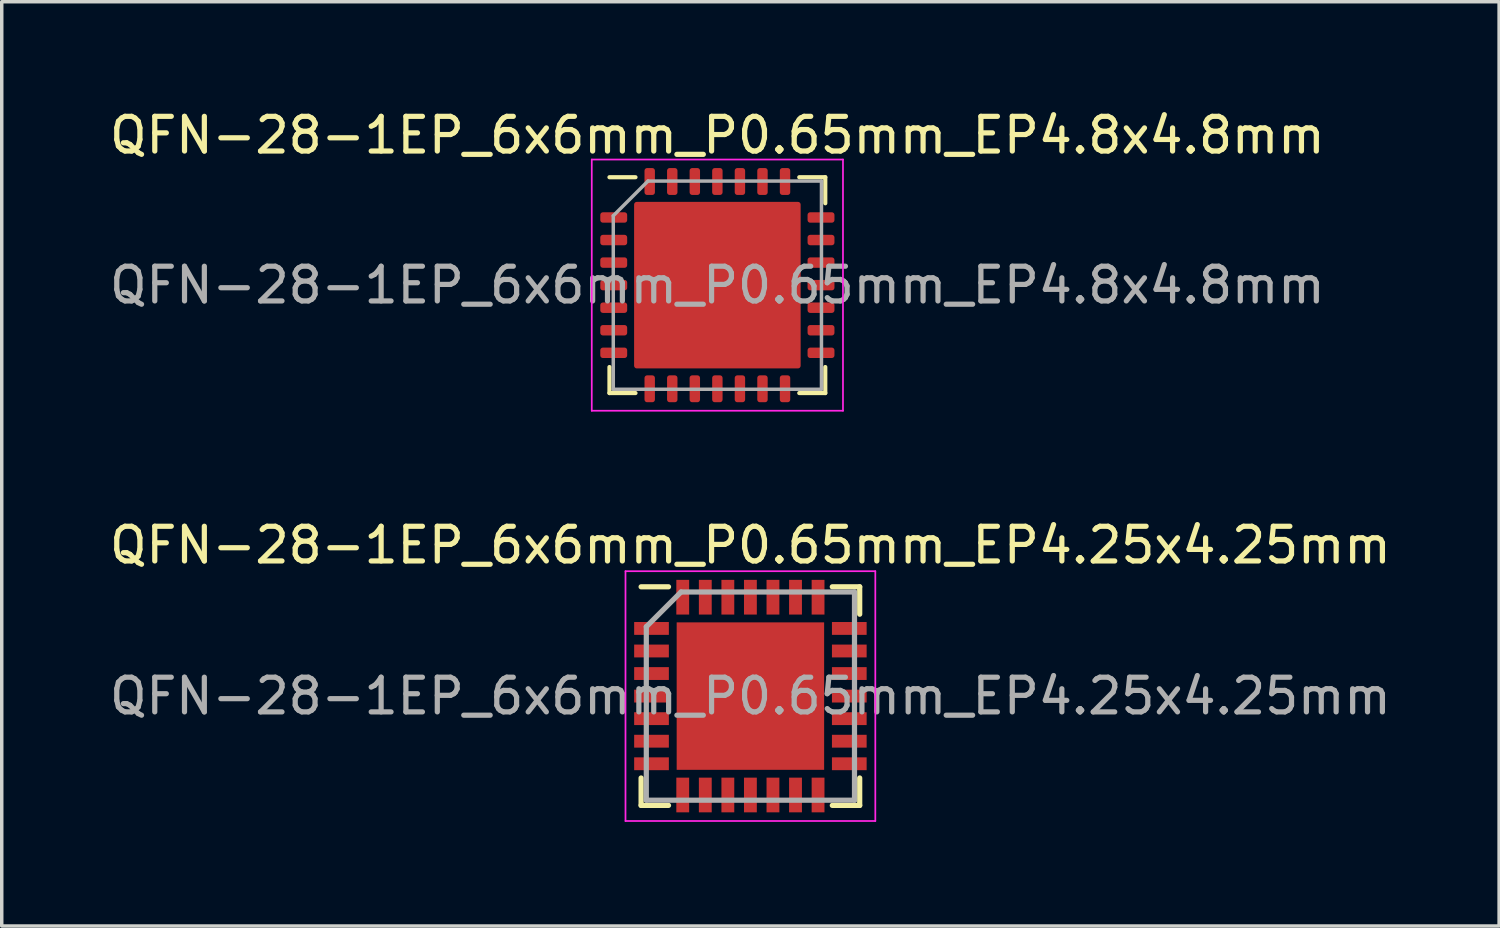
<source format=kicad_pcb>
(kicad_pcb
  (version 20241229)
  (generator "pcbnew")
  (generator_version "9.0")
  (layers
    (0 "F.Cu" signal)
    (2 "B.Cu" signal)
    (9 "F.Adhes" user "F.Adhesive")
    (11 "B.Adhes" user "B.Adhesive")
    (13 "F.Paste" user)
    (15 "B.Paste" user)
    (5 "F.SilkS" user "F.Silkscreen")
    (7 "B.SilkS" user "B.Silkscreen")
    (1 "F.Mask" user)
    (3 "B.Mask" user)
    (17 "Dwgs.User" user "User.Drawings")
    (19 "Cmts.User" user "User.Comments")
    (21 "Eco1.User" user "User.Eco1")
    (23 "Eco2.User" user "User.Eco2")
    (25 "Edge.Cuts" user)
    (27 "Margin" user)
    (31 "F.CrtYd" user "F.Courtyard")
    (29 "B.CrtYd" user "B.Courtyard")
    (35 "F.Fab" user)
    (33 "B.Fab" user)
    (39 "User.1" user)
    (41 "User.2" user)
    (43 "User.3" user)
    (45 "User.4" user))
  (footprint "QFN-28-1EP_6x6mm_P0.65mm_EP4.25x4.25mm"
    (layer "F.Cu")
    (at 18.577 17.012)
    (property "Reference" "QFN-28-1EP_6x6mm_P0.65mm_EP4.25x4.25mm" (at 0 -4.35 0) (layer "F.SilkS") (effects (font (size 1 1) (thickness 0.15))))
    (attr smd)
    (fp_line (start -3.15 -3.15) (end -2.36 -3.15) (stroke (width 0.15) (type solid)) (layer "F.SilkS"))
    (fp_line (start -3.15 3.15) (end -3.15 2.36) (stroke (width 0.15) (type solid)) (layer "F.SilkS"))
    (fp_line (start -3.15 3.15) (end -2.36 3.15) (stroke (width 0.15) (type solid)) (layer "F.SilkS"))
    (fp_line (start 3.15 -3.15) (end 2.36 -3.15) (stroke (width 0.15) (type solid)) (layer "F.SilkS"))
    (fp_line (start 3.15 -3.15) (end 3.15 -2.36) (stroke (width 0.15) (type solid)) (layer "F.SilkS"))
    (fp_line (start 3.15 3.15) (end 2.36 3.15) (stroke (width 0.15) (type solid)) (layer "F.SilkS"))
    (fp_line (start 3.15 3.15) (end 3.15 2.36) (stroke (width 0.15) (type solid)) (layer "F.SilkS"))
    (fp_line (start -3.6 -3.6) (end -3.6 3.6) (stroke (width 0.05) (type solid)) (layer "F.CrtYd"))
    (fp_line (start -3.6 -3.6) (end 3.6 -3.6) (stroke (width 0.05) (type solid)) (layer "F.CrtYd"))
    (fp_line (start -3.6 3.6) (end 3.6 3.6) (stroke (width 0.05) (type solid)) (layer "F.CrtYd"))
    (fp_line (start 3.6 -3.6) (end 3.6 3.6) (stroke (width 0.05) (type solid)) (layer "F.CrtYd"))
    (fp_line (start -3 -2) (end -2 -3) (stroke (width 0.15) (type solid)) (layer "F.Fab"))
    (fp_line (start -3 3) (end -3 -2) (stroke (width 0.15) (type solid)) (layer "F.Fab"))
    (fp_line (start -2 -3) (end 3 -3) (stroke (width 0.15) (type solid)) (layer "F.Fab"))
    (fp_line (start 3 -3) (end 3 3) (stroke (width 0.15) (type solid)) (layer "F.Fab"))
    (fp_line (start 3 3) (end -3 3) (stroke (width 0.15) (type solid)) (layer "F.Fab"))
    (fp_text user "${REFERENCE}" (at 0 0 0) (layer "F.Fab") (effects (font (size 1 1) (thickness 0.15))))
    (pad "" smd rect (at -1.594 -1.594) (size 0.85 0.85) (layers "F.Paste"))
    (pad "" smd rect (at -1.594 -0.531) (size 0.85 0.85) (layers "F.Paste"))
    (pad "" smd rect (at -1.594 0.531) (size 0.85 0.85) (layers "F.Paste"))
    (pad "" smd rect (at -1.594 1.594) (size 0.85 0.85) (layers "F.Paste"))
    (pad "" smd rect (at -0.531 -1.594) (size 0.85 0.85) (layers "F.Paste"))
    (pad "" smd rect (at -0.531 -0.531) (size 0.85 0.85) (layers "F.Paste"))
    (pad "" smd rect (at -0.531 0.531) (size 0.85 0.85) (layers "F.Paste"))
    (pad "" smd rect (at -0.531 1.594) (size 0.85 0.85) (layers "F.Paste"))
    (pad "" smd rect (at 0.531 -1.594) (size 0.85 0.85) (layers "F.Paste"))
    (pad "" smd rect (at 0.531 -0.531) (size 0.85 0.85) (layers "F.Paste"))
    (pad "" smd rect (at 0.531 0.531) (size 0.85 0.85) (layers "F.Paste"))
    (pad "" smd rect (at 0.531 1.594) (size 0.85 0.85) (layers "F.Paste"))
    (pad "" smd rect (at 1.594 -1.594) (size 0.85 0.85) (layers "F.Paste"))
    (pad "" smd rect (at 1.594 -0.531) (size 0.85 0.85) (layers "F.Paste"))
    (pad "" smd rect (at 1.594 0.531) (size 0.85 0.85) (layers "F.Paste"))
    (pad "" smd rect (at 1.594 1.594) (size 0.85 0.85) (layers "F.Paste"))
    (pad "1" smd rect (at -2.85 -1.95) (size 1 0.37) (layers "F.Cu" "F.Mask" "F.Paste"))
    (pad "2" smd rect (at -2.85 -1.3) (size 1 0.37) (layers "F.Cu" "F.Mask" "F.Paste"))
    (pad "3" smd rect (at -2.85 -0.65) (size 1 0.37) (layers "F.Cu" "F.Mask" "F.Paste"))
    (pad "4" smd rect (at -2.85 0) (size 1 0.37) (layers "F.Cu" "F.Mask" "F.Paste"))
    (pad "5" smd rect (at -2.85 0.65) (size 1 0.37) (layers "F.Cu" "F.Mask" "F.Paste"))
    (pad "6" smd rect (at -2.85 1.3) (size 1 0.37) (layers "F.Cu" "F.Mask" "F.Paste"))
    (pad "7" smd rect (at -2.85 1.95) (size 1 0.37) (layers "F.Cu" "F.Mask" "F.Paste"))
    (pad "8" smd rect (at -1.95 2.85 90) (size 1 0.37) (layers "F.Cu" "F.Mask" "F.Paste"))
    (pad "9" smd rect (at -1.3 2.85 90) (size 1 0.37) (layers "F.Cu" "F.Mask" "F.Paste"))
    (pad "10" smd rect (at -0.65 2.85 90) (size 1 0.37) (layers "F.Cu" "F.Mask" "F.Paste"))
    (pad "11" smd rect (at 0 2.85 90) (size 1 0.37) (layers "F.Cu" "F.Mask" "F.Paste"))
    (pad "12" smd rect (at 0.65 2.85 90) (size 1 0.37) (layers "F.Cu" "F.Mask" "F.Paste"))
    (pad "13" smd rect (at 1.3 2.85 90) (size 1 0.37) (layers "F.Cu" "F.Mask" "F.Paste"))
    (pad "14" smd rect (at 1.95 2.85 90) (size 1 0.37) (layers "F.Cu" "F.Mask" "F.Paste"))
    (pad "15" smd rect (at 2.85 1.95) (size 1 0.37) (layers "F.Cu" "F.Mask" "F.Paste"))
    (pad "16" smd rect (at 2.85 1.3) (size 1 0.37) (layers "F.Cu" "F.Mask" "F.Paste"))
    (pad "17" smd rect (at 2.85 0.65) (size 1 0.37) (layers "F.Cu" "F.Mask" "F.Paste"))
    (pad "18" smd rect (at 2.85 0) (size 1 0.37) (layers "F.Cu" "F.Mask" "F.Paste"))
    (pad "19" smd rect (at 2.85 -0.65) (size 1 0.37) (layers "F.Cu" "F.Mask" "F.Paste"))
    (pad "20" smd rect (at 2.85 -1.3) (size 1 0.37) (layers "F.Cu" "F.Mask" "F.Paste"))
    (pad "21" smd rect (at 2.85 -1.95) (size 1 0.37) (layers "F.Cu" "F.Mask" "F.Paste"))
    (pad "22" smd rect (at 1.95 -2.85 90) (size 1 0.37) (layers "F.Cu" "F.Mask" "F.Paste"))
    (pad "23" smd rect (at 1.3 -2.85 90) (size 1 0.37) (layers "F.Cu" "F.Mask" "F.Paste"))
    (pad "24" smd rect (at 0.65 -2.85 90) (size 1 0.37) (layers "F.Cu" "F.Mask" "F.Paste"))
    (pad "25" smd rect (at 0 -2.85 90) (size 1 0.37) (layers "F.Cu" "F.Mask" "F.Paste"))
    (pad "26" smd rect (at -0.65 -2.85 90) (size 1 0.37) (layers "F.Cu" "F.Mask" "F.Paste"))
    (pad "27" smd rect (at -1.3 -2.85 90) (size 1 0.37) (layers "F.Cu" "F.Mask" "F.Paste"))
    (pad "28" smd rect (at -1.95 -2.85 90) (size 1 0.37) (layers "F.Cu" "F.Mask" "F.Paste"))
    (pad "29" smd rect (at 0 0) (size 4.25 4.25) (layers "F.Cu" "F.Mask")))
  (footprint "QFN-28-1EP_6x6mm_P0.65mm_EP4.8x4.8mm"
    (layer "F.Cu")
    (at 17.625 5.168)
    (property "Reference" "QFN-28-1EP_6x6mm_P0.65mm_EP4.8x4.8mm" (at 0 -4.32 0) (layer "F.SilkS") (effects (font (size 1 1) (thickness 0.15))))
    (attr smd)
    (fp_line (start -3.11 3.11) (end -3.11 2.36) (stroke (width 0.12) (type solid)) (layer "F.SilkS"))
    (fp_line (start -2.36 -3.11) (end -3.11 -3.11) (stroke (width 0.12) (type solid)) (layer "F.SilkS"))
    (fp_line (start -2.36 3.11) (end -3.11 3.11) (stroke (width 0.12) (type solid)) (layer "F.SilkS"))
    (fp_line (start 2.36 -3.11) (end 3.11 -3.11) (stroke (width 0.12) (type solid)) (layer "F.SilkS"))
    (fp_line (start 2.36 3.11) (end 3.11 3.11) (stroke (width 0.12) (type solid)) (layer "F.SilkS"))
    (fp_line (start 3.11 -3.11) (end 3.11 -2.36) (stroke (width 0.12) (type solid)) (layer "F.SilkS"))
    (fp_line (start 3.11 3.11) (end 3.11 2.36) (stroke (width 0.12) (type solid)) (layer "F.SilkS"))
    (fp_line (start -3.62 -3.62) (end -3.62 3.62) (stroke (width 0.05) (type solid)) (layer "F.CrtYd"))
    (fp_line (start -3.62 3.62) (end 3.62 3.62) (stroke (width 0.05) (type solid)) (layer "F.CrtYd"))
    (fp_line (start 3.62 -3.62) (end -3.62 -3.62) (stroke (width 0.05) (type solid)) (layer "F.CrtYd"))
    (fp_line (start 3.62 3.62) (end 3.62 -3.62) (stroke (width 0.05) (type solid)) (layer "F.CrtYd"))
    (fp_line (start -3 -2) (end -2 -3) (stroke (width 0.1) (type solid)) (layer "F.Fab"))
    (fp_line (start -3 3) (end -3 -2) (stroke (width 0.1) (type solid)) (layer "F.Fab"))
    (fp_line (start -2 -3) (end 3 -3) (stroke (width 0.1) (type solid)) (layer "F.Fab"))
    (fp_line (start 3 -3) (end 3 3) (stroke (width 0.1) (type solid)) (layer "F.Fab"))
    (fp_line (start 3 3) (end -3 3) (stroke (width 0.1) (type solid)) (layer "F.Fab"))
    (fp_text user "${REFERENCE}" (at 0 0 0) (layer "F.Fab") (effects (font (size 1 1) (thickness 0.15))))
    (pad "" smd roundrect (at -1.6 -1.6) (size 1.29 1.29) (layers "F.Paste") (roundrect_rratio 0.194))
    (pad "" smd roundrect (at -1.6 0) (size 1.29 1.29) (layers "F.Paste") (roundrect_rratio 0.194))
    (pad "" smd roundrect (at -1.6 1.6) (size 1.29 1.29) (layers "F.Paste") (roundrect_rratio 0.194))
    (pad "" smd roundrect (at 0 -1.6) (size 1.29 1.29) (layers "F.Paste") (roundrect_rratio 0.194))
    (pad "" smd roundrect (at 0 0) (size 1.29 1.29) (layers "F.Paste") (roundrect_rratio 0.194))
    (pad "" smd roundrect (at 0 1.6) (size 1.29 1.29) (layers "F.Paste") (roundrect_rratio 0.194))
    (pad "" smd roundrect (at 1.6 -1.6) (size 1.29 1.29) (layers "F.Paste") (roundrect_rratio 0.194))
    (pad "" smd roundrect (at 1.6 0) (size 1.29 1.29) (layers "F.Paste") (roundrect_rratio 0.194))
    (pad "" smd roundrect (at 1.6 1.6) (size 1.29 1.29) (layers "F.Paste") (roundrect_rratio 0.194))
    (pad "1" smd roundrect (at -2.987 -1.95) (size 0.775 0.3) (layers "F.Cu" "F.Mask" "F.Paste") (roundrect_rratio 0.25))
    (pad "2" smd roundrect (at -2.987 -1.3) (size 0.775 0.3) (layers "F.Cu" "F.Mask" "F.Paste") (roundrect_rratio 0.25))
    (pad "3" smd roundrect (at -2.987 -0.65) (size 0.775 0.3) (layers "F.Cu" "F.Mask" "F.Paste") (roundrect_rratio 0.25))
    (pad "4" smd roundrect (at -2.987 0) (size 0.775 0.3) (layers "F.Cu" "F.Mask" "F.Paste") (roundrect_rratio 0.25))
    (pad "5" smd roundrect (at -2.987 0.65) (size 0.775 0.3) (layers "F.Cu" "F.Mask" "F.Paste") (roundrect_rratio 0.25))
    (pad "6" smd roundrect (at -2.987 1.3) (size 0.775 0.3) (layers "F.Cu" "F.Mask" "F.Paste") (roundrect_rratio 0.25))
    (pad "7" smd roundrect (at -2.987 1.95) (size 0.775 0.3) (layers "F.Cu" "F.Mask" "F.Paste") (roundrect_rratio 0.25))
    (pad "8" smd roundrect (at -1.95 2.987) (size 0.3 0.775) (layers "F.Cu" "F.Mask" "F.Paste") (roundrect_rratio 0.25))
    (pad "9" smd roundrect (at -1.3 2.987) (size 0.3 0.775) (layers "F.Cu" "F.Mask" "F.Paste") (roundrect_rratio 0.25))
    (pad "10" smd roundrect (at -0.65 2.987) (size 0.3 0.775) (layers "F.Cu" "F.Mask" "F.Paste") (roundrect_rratio 0.25))
    (pad "11" smd roundrect (at 0 2.987) (size 0.3 0.775) (layers "F.Cu" "F.Mask" "F.Paste") (roundrect_rratio 0.25))
    (pad "12" smd roundrect (at 0.65 2.987) (size 0.3 0.775) (layers "F.Cu" "F.Mask" "F.Paste") (roundrect_rratio 0.25))
    (pad "13" smd roundrect (at 1.3 2.987) (size 0.3 0.775) (layers "F.Cu" "F.Mask" "F.Paste") (roundrect_rratio 0.25))
    (pad "14" smd roundrect (at 1.95 2.987) (size 0.3 0.775) (layers "F.Cu" "F.Mask" "F.Paste") (roundrect_rratio 0.25))
    (pad "15" smd roundrect (at 2.987 1.95) (size 0.775 0.3) (layers "F.Cu" "F.Mask" "F.Paste") (roundrect_rratio 0.25))
    (pad "16" smd roundrect (at 2.987 1.3) (size 0.775 0.3) (layers "F.Cu" "F.Mask" "F.Paste") (roundrect_rratio 0.25))
    (pad "17" smd roundrect (at 2.987 0.65) (size 0.775 0.3) (layers "F.Cu" "F.Mask" "F.Paste") (roundrect_rratio 0.25))
    (pad "18" smd roundrect (at 2.987 0) (size 0.775 0.3) (layers "F.Cu" "F.Mask" "F.Paste") (roundrect_rratio 0.25))
    (pad "19" smd roundrect (at 2.987 -0.65) (size 0.775 0.3) (layers "F.Cu" "F.Mask" "F.Paste") (roundrect_rratio 0.25))
    (pad "20" smd roundrect (at 2.987 -1.3) (size 0.775 0.3) (layers "F.Cu" "F.Mask" "F.Paste") (roundrect_rratio 0.25))
    (pad "21" smd roundrect (at 2.987 -1.95) (size 0.775 0.3) (layers "F.Cu" "F.Mask" "F.Paste") (roundrect_rratio 0.25))
    (pad "22" smd roundrect (at 1.95 -2.987) (size 0.3 0.775) (layers "F.Cu" "F.Mask" "F.Paste") (roundrect_rratio 0.25))
    (pad "23" smd roundrect (at 1.3 -2.987) (size 0.3 0.775) (layers "F.Cu" "F.Mask" "F.Paste") (roundrect_rratio 0.25))
    (pad "24" smd roundrect (at 0.65 -2.987) (size 0.3 0.775) (layers "F.Cu" "F.Mask" "F.Paste") (roundrect_rratio 0.25))
    (pad "25" smd roundrect (at 0 -2.987) (size 0.3 0.775) (layers "F.Cu" "F.Mask" "F.Paste") (roundrect_rratio 0.25))
    (pad "26" smd roundrect (at -0.65 -2.987) (size 0.3 0.775) (layers "F.Cu" "F.Mask" "F.Paste") (roundrect_rratio 0.25))
    (pad "27" smd roundrect (at -1.3 -2.987) (size 0.3 0.775) (layers "F.Cu" "F.Mask" "F.Paste") (roundrect_rratio 0.25))
    (pad "28" smd roundrect (at -1.95 -2.987) (size 0.3 0.775) (layers "F.Cu" "F.Mask" "F.Paste") (roundrect_rratio 0.25))
    (pad "29" smd roundrect (at 0 0) (size 4.8 4.8) (layers "F.Cu" "F.Mask") (roundrect_rratio 0.016)))
  (gr_rect
    (start -3 -3)
    (end 40.155 23.637)
    (stroke (width 0.1) (type default))
    (fill no)
    (layer "Edge.Cuts")))
</source>
